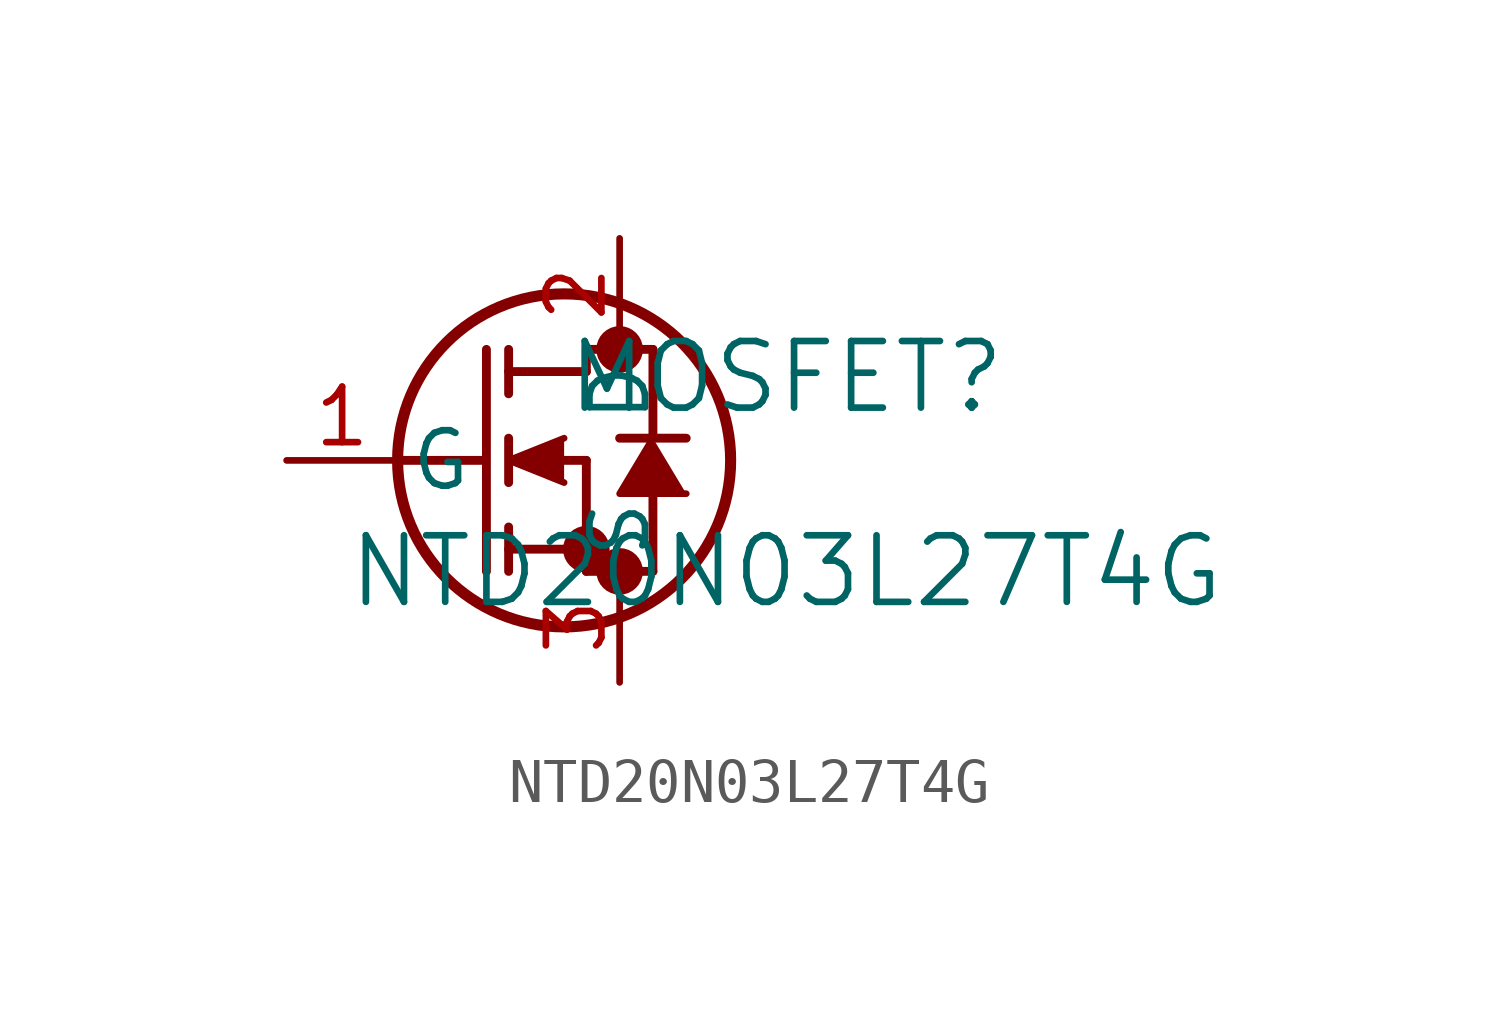
<source format=kicad_sym>
(kicad_symbol_lib
  (version 20211014)
  (generator kicad_symbol_editor)
  (symbol "NTD20N03L27T4G"
    (pin_names
      (offset 0.254))
    (property "Reference" "MOSFET"
      (at 11.43 1.905 0)
      (effects (font (size 1.524 1.524))))
    (property "Value" "NTD20N03L27T4G"
      (at 11.43 -2.54 0)
      (effects (font (size 1.524 1.524))))
    (symbol "NTD20N03L27T4G_0_1"
      (circle (center 7.62 2.54) (radius 0.025) (stroke (width 0.508) (type default) (color 0 0 0 0)) (fill (type none)))
      (circle (center 7.62 -2.54) (radius 0.025) (stroke (width 0.508) (type default) (color 0 0 0 0)) (fill (type none)))
      (circle (center 6.858 -2.032) (radius 0.025) (stroke (width 0.508) (type default) (color 0 0 0 0)) (fill (type none)))
      (circle (center 6.35 0) (radius 3.81) (stroke (width 0.254) (type default) (color 0 0 0 0)) (fill (type none)))
      (polyline (pts (xy 2.54 0) (xy 4.445 0)) (stroke (width 0.203) (type default) (color 0 0 0 0)) (fill (type none)))
      (polyline (pts (xy 4.572 -2.54) (xy 4.572 2.54)) (stroke (width 0.203) (type default) (color 0 0 0 0)) (fill (type none)))
      (polyline (pts (xy 5.08 -0.508) (xy 5.08 0.508)) (stroke (width 0.203) (type default) (color 0 0 0 0)) (fill (type none)))
      (polyline (pts (xy 5.08 -2.54) (xy 5.08 -1.524)) (stroke (width 0.203) (type default) (color 0 0 0 0)) (fill (type none)))
      (polyline (pts (xy 5.08 1.524) (xy 5.08 2.54)) (stroke (width 0.203) (type default) (color 0 0 0 0)) (fill (type none)))
      (polyline (pts (xy 6.35 0) (xy 6.858 0)) (stroke (width 0.203) (type default) (color 0 0 0 0)) (fill (type none)))
      (polyline (pts (xy 5.08 -2.032) (xy 6.858 -2.032)) (stroke (width 0.203) (type default) (color 0 0 0 0)) (fill (type none)))
      (polyline (pts (xy 6.858 -2.54) (xy 6.858 0)) (stroke (width 0.203) (type default) (color 0 0 0 0)) (fill (type none)))
      (polyline (pts (xy 6.858 -2.54) (xy 8.382 -2.54)) (stroke (width 0.203) (type default) (color 0 0 0 0)) (fill (type none)))
      (polyline (pts (xy 5.08 2.032) (xy 6.858 2.032)) (stroke (width 0.203) (type default) (color 0 0 0 0)) (fill (type none)))
      (polyline (pts (xy 8.382 0.508) (xy 8.382 2.54)) (stroke (width 0.203) (type default) (color 0 0 0 0)) (fill (type none)))
      (polyline (pts (xy 6.35 0.508) (xy 5.08 0) (xy 6.35 -0.508)) (stroke (width 0) (type default) (color 0 0 0 0)) (fill (type outline)))
      (polyline (pts (xy 9.144 -0.762) (xy 7.62 -0.762) (xy 8.382 0.508)) (stroke (width 0) (type default) (color 0 0 0 0)) (fill (type outline)))
      (polyline (pts (xy 8.382 -2.54) (xy 8.382 -0.762)) (stroke (width 0.203) (type default) (color 0 0 0 0)) (fill (type none)))
      (polyline (pts (xy 9.144 0.508) (xy 7.62 0.508)) (stroke (width 0.203) (type default) (color 0 0 0 0)) (fill (type none)))
      (polyline (pts (xy 6.858 2.54) (xy 8.382 2.54)) (stroke (width 0.203) (type default) (color 0 0 0 0)) (fill (type none)))
      (polyline (pts (xy 6.858 2.032) (xy 6.858 2.54)) (stroke (width 0.203) (type default) (color 0 0 0 0)) (fill (type none)))
      (pin unspecified line (at 0 0 0) (length 2.54) (name "G" (effects (font (size 1.27 1.27)))) (number "1" (effects (font (size 1.27 1.27)))))
      (pin unspecified line (at 7.62 5.08 270) (length 2.54) (name "D" (effects (font (size 1.27 1.27)))) (number "2" (effects (font (size 1.27 1.27)))))
      (pin unspecified line (at 7.62 -5.08 90) (length 2.54) (name "S" (effects (font (size 1.27 1.27)))) (number "3" (effects (font (size 1.27 1.27))))))))
</source>
